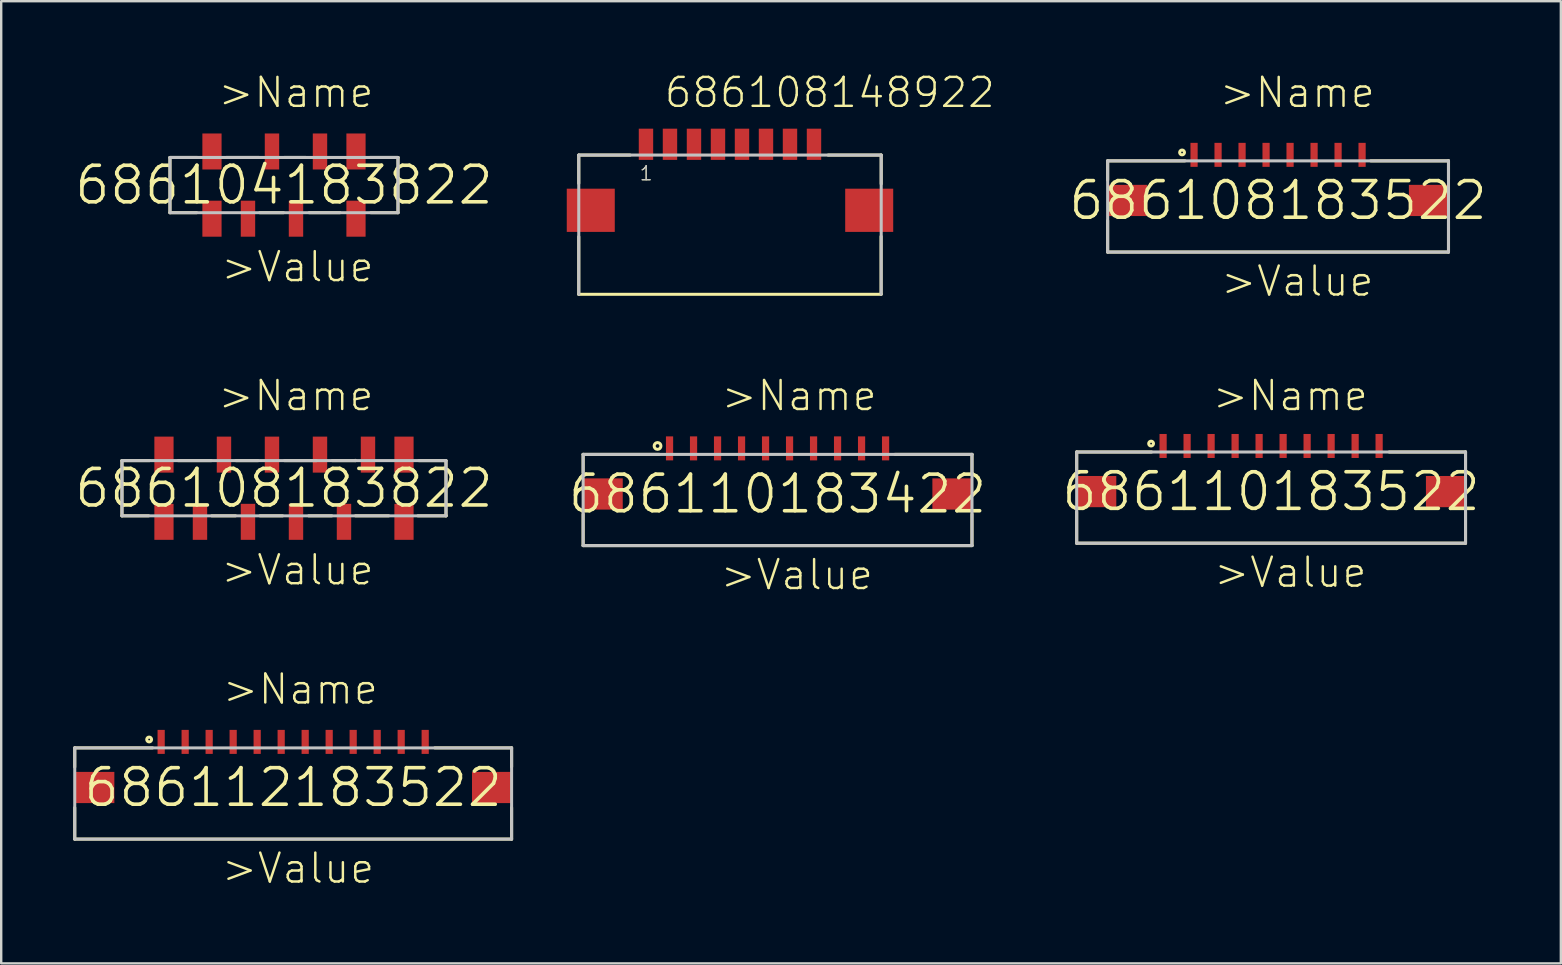
<source format=kicad_pcb>
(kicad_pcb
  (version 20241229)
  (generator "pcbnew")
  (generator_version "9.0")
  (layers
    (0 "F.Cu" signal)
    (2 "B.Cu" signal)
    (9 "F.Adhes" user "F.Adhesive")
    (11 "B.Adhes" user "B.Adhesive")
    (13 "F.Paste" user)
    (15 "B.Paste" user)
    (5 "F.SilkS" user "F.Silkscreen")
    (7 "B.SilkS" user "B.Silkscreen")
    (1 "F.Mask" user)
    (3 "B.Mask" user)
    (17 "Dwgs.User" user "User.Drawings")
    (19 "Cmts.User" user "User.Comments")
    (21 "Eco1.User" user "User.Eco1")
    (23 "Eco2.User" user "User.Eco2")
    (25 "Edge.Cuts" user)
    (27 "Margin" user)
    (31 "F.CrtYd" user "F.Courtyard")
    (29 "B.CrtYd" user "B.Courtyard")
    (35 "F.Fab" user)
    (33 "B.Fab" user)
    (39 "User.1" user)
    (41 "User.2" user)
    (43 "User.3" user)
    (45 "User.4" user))
  (footprint "686112183522"
    (layer "F.Cu")
    (at 9.164 29.758)
    (property "Reference" "686112183522" (at 0 0 0) (layer "F.SilkS") (effects (font (size 1.524 1.524) (thickness 0.15))))
    (attr through_hole)
    (fp_line (start -9.1 -1.65) (end -9.1 -0.85) (stroke (width 0.127) (type solid)) (layer "F.SilkS"))
    (fp_line (start -9.1 0.84) (end -9.1 2.15) (stroke (width 0.127) (type solid)) (layer "F.SilkS"))
    (fp_line (start -9.1 2.15) (end 9.1 2.15) (stroke (width 0.127) (type solid)) (layer "F.SilkS"))
    (fp_line (start -5.86 -1.65) (end -9.1 -1.65) (stroke (width 0.127) (type solid)) (layer "F.SilkS"))
    (fp_line (start 5.9 -1.65) (end 9.1 -1.65) (stroke (width 0.127) (type solid)) (layer "F.SilkS"))
    (fp_line (start 9.1 -1.65) (end 9.1 -0.86) (stroke (width 0.127) (type solid)) (layer "F.SilkS"))
    (fp_line (start 9.1 2.15) (end 9.1 0.84) (stroke (width 0.127) (type solid)) (layer "F.SilkS"))
    (fp_circle (center -6 -2) (end -5.9 -2) (stroke (width 0.127) (type solid)) (fill no) (layer "F.SilkS"))
    (fp_line (start -9.1 -1.65) (end 9.1 -1.65) (stroke (width 0.127) (type solid)) (layer "Dwgs.User"))
    (fp_line (start -9.1 2.15) (end -9.1 -1.65) (stroke (width 0.127) (type solid)) (layer "Dwgs.User"))
    (fp_line (start 9.1 -1.65) (end 9.1 2.15) (stroke (width 0.127) (type solid)) (layer "Dwgs.User"))
    (fp_line (start 9.1 2.15) (end -9.1 2.15) (stroke (width 0.127) (type solid)) (layer "Dwgs.User"))
    (fp_text user ">Value" (at -3.05 4.07 0) (layer "F.SilkS") (effects (font (size 1.206 1.206) (thickness 0.102)) (justify left bottom)))
    (fp_text user ">Name" (at -3.01 -3.39 0) (layer "F.SilkS") (effects (font (size 1.206 1.206) (thickness 0.102)) (justify left bottom)))
    (pad "1" smd rect (at -5.5 -1.9 90) (size 1 0.3) (layers "F.Cu" "F.Mask" "F.Paste"))
    (pad "2" smd rect (at -4.5 -1.9 90) (size 1 0.3) (layers "F.Cu" "F.Mask" "F.Paste"))
    (pad "3" smd rect (at -3.5 -1.9 90) (size 1 0.3) (layers "F.Cu" "F.Mask" "F.Paste"))
    (pad "4" smd rect (at -2.5 -1.9 90) (size 1 0.3) (layers "F.Cu" "F.Mask" "F.Paste"))
    (pad "5" smd rect (at -1.5 -1.9 90) (size 1 0.3) (layers "F.Cu" "F.Mask" "F.Paste"))
    (pad "6" smd rect (at -0.5 -1.9 90) (size 1 0.3) (layers "F.Cu" "F.Mask" "F.Paste"))
    (pad "7" smd rect (at 0.5 -1.9 90) (size 1 0.3) (layers "F.Cu" "F.Mask" "F.Paste"))
    (pad "8" smd rect (at 1.5 -1.9 90) (size 1 0.3) (layers "F.Cu" "F.Mask" "F.Paste"))
    (pad "9" smd rect (at 2.5 -1.9 90) (size 1 0.3) (layers "F.Cu" "F.Mask" "F.Paste"))
    (pad "10" smd rect (at 3.5 -1.9 90) (size 1 0.3) (layers "F.Cu" "F.Mask" "F.Paste"))
    (pad "11" smd rect (at 4.5 -1.9 90) (size 1 0.3) (layers "F.Cu" "F.Mask" "F.Paste"))
    (pad "12" smd rect (at 5.5 -1.9 90) (size 1 0.3) (layers "F.Cu" "F.Mask" "F.Paste"))
    (pad "Z1" smd rect (at -8.275 0) (size 1.65 1.3) (layers "F.Cu" "F.Mask" "F.Paste"))
    (pad "Z2" smd rect (at 8.275 0) (size 1.65 1.3) (layers "F.Cu" "F.Mask" "F.Paste")))
  (footprint "686104183822"
    (layer "F.Cu")
    (at 8.781 4.661)
    (property "Reference" "686104183822" (at 0 0 0) (layer "F.SilkS") (effects (font (size 1.524 1.524) (thickness 0.15))))
    (attr through_hole)
    (fp_line (start -4.75 -1.15) (end -4.75 1.15) (stroke (width 0.127) (type solid)) (layer "F.SilkS"))
    (fp_line (start -4.75 1.15) (end -3.64 1.15) (stroke (width 0.127) (type solid)) (layer "F.SilkS"))
    (fp_line (start -3.6 -1.15) (end -4.75 -1.15) (stroke (width 0.127) (type solid)) (layer "F.SilkS"))
    (fp_line (start -2.41 -1.15) (end -1.03 -1.15) (stroke (width 0.127) (type solid)) (layer "F.SilkS"))
    (fp_line (start -1.01 1.15) (end -0.02 1.15) (stroke (width 0.127) (type solid)) (layer "F.SilkS"))
    (fp_line (start 0 -1.15) (end 0.92 -1.15) (stroke (width 0.127) (type solid)) (layer "F.SilkS"))
    (fp_line (start 1.05 1.15) (end 2.33 1.15) (stroke (width 0.127) (type solid)) (layer "F.SilkS"))
    (fp_line (start 3.58 -1.15) (end 4.75 -1.15) (stroke (width 0.127) (type solid)) (layer "F.SilkS"))
    (fp_line (start 4.75 -1.15) (end 4.75 1.15) (stroke (width 0.127) (type solid)) (layer "F.SilkS"))
    (fp_line (start 4.75 1.15) (end 3.62 1.15) (stroke (width 0.127) (type solid)) (layer "F.SilkS"))
    (fp_line (start -4.75 -1.15) (end 4.75 -1.15) (stroke (width 0.127) (type solid)) (layer "Dwgs.User"))
    (fp_line (start -4.75 1.15) (end -4.75 -1.15) (stroke (width 0.127) (type solid)) (layer "Dwgs.User"))
    (fp_line (start 4.75 -1.15) (end 4.75 1.15) (stroke (width 0.127) (type solid)) (layer "Dwgs.User"))
    (fp_line (start 4.75 1.15) (end -4.75 1.15) (stroke (width 0.127) (type solid)) (layer "Dwgs.User"))
    (fp_text user ">Name" (at -2.81 -3.15 0) (layer "F.SilkS") (effects (font (size 1.206 1.206) (thickness 0.102)) (justify left bottom)))
    (fp_text user ">Value" (at -2.69 4.11 0) (layer "F.SilkS") (effects (font (size 1.206 1.206) (thickness 0.102)) (justify left bottom)))
    (pad "1" smd rect (at -1.5 1.4 90) (size 1.5 0.6) (layers "F.Cu" "F.Mask" "F.Paste"))
    (pad "2" smd rect (at -0.5 -1.4 90) (size 1.5 0.6) (layers "F.Cu" "F.Mask" "F.Paste"))
    (pad "3" smd rect (at 0.5 1.4 90) (size 1.5 0.6) (layers "F.Cu" "F.Mask" "F.Paste"))
    (pad "4" smd rect (at 1.5 -1.4 90) (size 1.5 0.6) (layers "F.Cu" "F.Mask" "F.Paste"))
    (pad "Z1" smd rect (at -3 1.4 90) (size 1.5 0.8) (layers "F.Cu" "F.Mask" "F.Paste"))
    (pad "Z2" smd rect (at 3 1.4 90) (size 1.5 0.8) (layers "F.Cu" "F.Mask" "F.Paste"))
    (pad "Z3" smd rect (at 3 -1.4 90) (size 1.5 0.8) (layers "F.Cu" "F.Mask" "F.Paste"))
    (pad "Z4" smd rect (at -3 -1.4 90) (size 1.5 0.8) (layers "F.Cu" "F.Mask" "F.Paste")))
  (footprint "686110183522"
    (layer "F.Cu")
    (at 49.906 17.43)
    (property "Reference" "686110183522" (at 0 0 0) (layer "F.SilkS") (effects (font (size 1.524 1.524) (thickness 0.15))))
    (attr through_hole)
    (fp_line (start -8.1 -1.65) (end -8.1 -0.85) (stroke (width 0.127) (type solid)) (layer "F.SilkS"))
    (fp_line (start -8.1 0.84) (end -8.1 2.15) (stroke (width 0.127) (type solid)) (layer "F.SilkS"))
    (fp_line (start -8.1 2.15) (end 8.1 2.15) (stroke (width 0.127) (type solid)) (layer "F.SilkS"))
    (fp_line (start -4.98 -1.65) (end -8.1 -1.65) (stroke (width 0.127) (type solid)) (layer "F.SilkS"))
    (fp_line (start 4.92 -1.65) (end 8.1 -1.65) (stroke (width 0.127) (type solid)) (layer "F.SilkS"))
    (fp_line (start 8.1 -1.65) (end 8.1 -0.87) (stroke (width 0.127) (type solid)) (layer "F.SilkS"))
    (fp_line (start 8.1 2.15) (end 8.1 0.84) (stroke (width 0.127) (type solid)) (layer "F.SilkS"))
    (fp_circle (center -5 -2) (end -4.9 -2) (stroke (width 0.127) (type solid)) (fill no) (layer "F.SilkS"))
    (fp_line (start -8.1 -1.65) (end 8.1 -1.65) (stroke (width 0.127) (type solid)) (layer "Dwgs.User"))
    (fp_line (start -8.1 2.15) (end -8.1 -1.65) (stroke (width 0.127) (type solid)) (layer "Dwgs.User"))
    (fp_line (start 8.1 -1.65) (end 8.1 2.15) (stroke (width 0.127) (type solid)) (layer "Dwgs.User"))
    (fp_line (start 8.1 2.15) (end -8.1 2.15) (stroke (width 0.127) (type solid)) (layer "Dwgs.User"))
    (fp_text user ">Value" (at -2.45 4.07 0) (layer "F.SilkS") (effects (font (size 1.206 1.206) (thickness 0.102)) (justify left bottom)))
    (fp_text user ">Name" (at -2.51 -3.29 0) (layer "F.SilkS") (effects (font (size 1.206 1.206) (thickness 0.102)) (justify left bottom)))
    (pad "1" smd rect (at -4.5 -1.9 90) (size 1 0.3) (layers "F.Cu" "F.Mask" "F.Paste"))
    (pad "2" smd rect (at -3.5 -1.9 90) (size 1 0.3) (layers "F.Cu" "F.Mask" "F.Paste"))
    (pad "3" smd rect (at -2.5 -1.9 90) (size 1 0.3) (layers "F.Cu" "F.Mask" "F.Paste"))
    (pad "4" smd rect (at -1.5 -1.9 90) (size 1 0.3) (layers "F.Cu" "F.Mask" "F.Paste"))
    (pad "5" smd rect (at -0.5 -1.9 90) (size 1 0.3) (layers "F.Cu" "F.Mask" "F.Paste"))
    (pad "6" smd rect (at 0.5 -1.9 90) (size 1 0.3) (layers "F.Cu" "F.Mask" "F.Paste"))
    (pad "7" smd rect (at 1.5 -1.9 90) (size 1 0.3) (layers "F.Cu" "F.Mask" "F.Paste"))
    (pad "8" smd rect (at 2.5 -1.9 90) (size 1 0.3) (layers "F.Cu" "F.Mask" "F.Paste"))
    (pad "9" smd rect (at 3.5 -1.9 90) (size 1 0.3) (layers "F.Cu" "F.Mask" "F.Paste"))
    (pad "10" smd rect (at 4.5 -1.9 90) (size 1 0.3) (layers "F.Cu" "F.Mask" "F.Paste"))
    (pad "Z1" smd rect (at -7.275 0) (size 1.65 1.3) (layers "F.Cu" "F.Mask" "F.Paste"))
    (pad "Z2" smd rect (at 7.275 0) (size 1.65 1.3) (layers "F.Cu" "F.Mask" "F.Paste")))
  (footprint "686108183822"
    (layer "F.Cu")
    (at 8.781 17.29)
    (property "Reference" "686108183822" (at 0 0 0) (layer "F.SilkS") (effects (font (size 1.524 1.524) (thickness 0.15))))
    (attr through_hole)
    (fp_line (start -6.75 -1.15) (end -6.75 1.15) (stroke (width 0.127) (type solid)) (layer "F.SilkS"))
    (fp_line (start -6.75 1.15) (end -5.64 1.15) (stroke (width 0.127) (type solid)) (layer "F.SilkS"))
    (fp_line (start -5.6 -1.15) (end -6.75 -1.15) (stroke (width 0.127) (type solid)) (layer "F.SilkS"))
    (fp_line (start -4.41 -1.15) (end -3.03 -1.15) (stroke (width 0.127) (type solid)) (layer "F.SilkS"))
    (fp_line (start -3.01 1.15) (end -2.02 1.15) (stroke (width 0.127) (type solid)) (layer "F.SilkS"))
    (fp_line (start -2 -1.15) (end -1.08 -1.15) (stroke (width 0.127) (type solid)) (layer "F.SilkS"))
    (fp_line (start -1 1.15) (end -0.06 1.15) (stroke (width 0.127) (type solid)) (layer "F.SilkS"))
    (fp_line (start 0.02 -1.15) (end 1.35 -1.15) (stroke (width 0.127) (type solid)) (layer "F.SilkS"))
    (fp_line (start 1.03 1.15) (end 1.99 1.15) (stroke (width 0.127) (type solid)) (layer "F.SilkS"))
    (fp_line (start 2.01 -1.15) (end 2.97 -1.15) (stroke (width 0.127) (type solid)) (layer "F.SilkS"))
    (fp_line (start 2.97 -1.15) (end 2.97 -1.16) (stroke (width 0.127) (type solid)) (layer "F.SilkS"))
    (fp_line (start 2.98 1.15) (end 4.36 1.15) (stroke (width 0.127) (type solid)) (layer "F.SilkS"))
    (fp_line (start 5.58 1.15) (end 6.75 1.15) (stroke (width 0.127) (type solid)) (layer "F.SilkS"))
    (fp_line (start 5.62 -1.15) (end 6.74 -1.15) (stroke (width 0.127) (type solid)) (layer "F.SilkS"))
    (fp_line (start 6.75 -1.15) (end 6.75 1.14) (stroke (width 0.127) (type solid)) (layer "F.SilkS"))
    (fp_line (start 6.75 1.15) (end 6.75 1.14) (stroke (width 0.127) (type solid)) (layer "F.SilkS"))
    (fp_line (start -6.75 -1.15) (end 6.75 -1.15) (stroke (width 0.127) (type solid)) (layer "Dwgs.User"))
    (fp_line (start -6.75 1.15) (end -6.75 -1.15) (stroke (width 0.127) (type solid)) (layer "Dwgs.User"))
    (fp_line (start 6.75 -1.15) (end 6.75 1.15) (stroke (width 0.127) (type solid)) (layer "Dwgs.User"))
    (fp_line (start 6.75 1.15) (end -6.75 1.15) (stroke (width 0.127) (type solid)) (layer "Dwgs.User"))
    (fp_text user ">Value" (at -2.69 4.11 0) (layer "F.SilkS") (effects (font (size 1.206 1.206) (thickness 0.102)) (justify left bottom)))
    (fp_text user ">Name" (at -2.81 -3.15 0) (layer "F.SilkS") (effects (font (size 1.206 1.206) (thickness 0.102)) (justify left bottom)))
    (pad "1" smd rect (at -3.5 1.4 90) (size 1.5 0.6) (layers "F.Cu" "F.Mask" "F.Paste"))
    (pad "2" smd rect (at -2.5 -1.4 90) (size 1.5 0.6) (layers "F.Cu" "F.Mask" "F.Paste"))
    (pad "3" smd rect (at -1.5 1.4 90) (size 1.5 0.6) (layers "F.Cu" "F.Mask" "F.Paste"))
    (pad "4" smd rect (at -0.5 -1.4 90) (size 1.5 0.6) (layers "F.Cu" "F.Mask" "F.Paste"))
    (pad "5" smd rect (at 0.5 1.4 90) (size 1.5 0.6) (layers "F.Cu" "F.Mask" "F.Paste"))
    (pad "6" smd rect (at 1.5 -1.4 90) (size 1.5 0.6) (layers "F.Cu" "F.Mask" "F.Paste"))
    (pad "7" smd rect (at 2.5 1.4 90) (size 1.5 0.6) (layers "F.Cu" "F.Mask" "F.Paste"))
    (pad "8" smd rect (at 3.5 -1.4 90) (size 1.5 0.6) (layers "F.Cu" "F.Mask" "F.Paste"))
    (pad "Z1" smd rect (at -5 1.4 90) (size 1.5 0.8) (layers "F.Cu" "F.Mask" "F.Paste"))
    (pad "Z2" smd rect (at 5 1.4 90) (size 1.5 0.8) (layers "F.Cu" "F.Mask" "F.Paste"))
    (pad "Z3" smd rect (at 5 -1.4 90) (size 1.5 0.8) (layers "F.Cu" "F.Mask" "F.Paste"))
    (pad "Z4" smd rect (at -5 -1.4 90) (size 1.5 0.8) (layers "F.Cu" "F.Mask" "F.Paste")))
  (footprint "686108183522"
    (layer "F.Cu")
    (at 50.196 5.301)
    (property "Reference" "686108183522" (at 0 0 0) (layer "F.SilkS") (effects (font (size 1.524 1.524) (thickness 0.15))))
    (attr through_hole)
    (fp_line (start -7.1 -1.65) (end -7.1 -0.85) (stroke (width 0.127) (type solid)) (layer "F.SilkS"))
    (fp_line (start -7.1 0.84) (end -7.1 2.15) (stroke (width 0.127) (type solid)) (layer "F.SilkS"))
    (fp_line (start -7.1 2.15) (end 7.1 2.15) (stroke (width 0.127) (type solid)) (layer "F.SilkS"))
    (fp_line (start -3.88 -1.65) (end -7.1 -1.65) (stroke (width 0.127) (type solid)) (layer "F.SilkS"))
    (fp_line (start 3.86 -1.65) (end 7.1 -1.65) (stroke (width 0.127) (type solid)) (layer "F.SilkS"))
    (fp_line (start 7.1 -1.65) (end 7.1 -0.88) (stroke (width 0.127) (type solid)) (layer "F.SilkS"))
    (fp_line (start 7.1 2.15) (end 7.1 0.84) (stroke (width 0.127) (type solid)) (layer "F.SilkS"))
    (fp_circle (center -4 -2) (end -3.9 -2) (stroke (width 0.127) (type solid)) (fill no) (layer "F.SilkS"))
    (fp_line (start -7.1 -1.65) (end 7.1 -1.65) (stroke (width 0.127) (type solid)) (layer "Dwgs.User"))
    (fp_line (start -7.1 2.15) (end -7.1 -1.65) (stroke (width 0.127) (type solid)) (layer "Dwgs.User"))
    (fp_line (start 7.1 -1.65) (end 7.1 2.15) (stroke (width 0.127) (type solid)) (layer "Dwgs.User"))
    (fp_line (start 7.1 2.15) (end -7.1 2.15) (stroke (width 0.127) (type solid)) (layer "Dwgs.User"))
    (fp_text user ">Value" (at -2.45 4.07 0) (layer "F.SilkS") (effects (font (size 1.206 1.206) (thickness 0.102)) (justify left bottom)))
    (fp_text user ">Name" (at -2.51 -3.79 0) (layer "F.SilkS") (effects (font (size 1.206 1.206) (thickness 0.102)) (justify left bottom)))
    (pad "1" smd rect (at -3.5 -1.9 90) (size 1 0.3) (layers "F.Cu" "F.Mask" "F.Paste"))
    (pad "2" smd rect (at -2.5 -1.9 90) (size 1 0.3) (layers "F.Cu" "F.Mask" "F.Paste"))
    (pad "3" smd rect (at -1.5 -1.9 90) (size 1 0.3) (layers "F.Cu" "F.Mask" "F.Paste"))
    (pad "4" smd rect (at -0.5 -1.9 90) (size 1 0.3) (layers "F.Cu" "F.Mask" "F.Paste"))
    (pad "5" smd rect (at 0.5 -1.9 90) (size 1 0.3) (layers "F.Cu" "F.Mask" "F.Paste"))
    (pad "6" smd rect (at 1.5 -1.9 90) (size 1 0.3) (layers "F.Cu" "F.Mask" "F.Paste"))
    (pad "7" smd rect (at 2.5 -1.9 90) (size 1 0.3) (layers "F.Cu" "F.Mask" "F.Paste"))
    (pad "8" smd rect (at 3.5 -1.9 90) (size 1 0.3) (layers "F.Cu" "F.Mask" "F.Paste"))
    (pad "Z1" smd rect (at -6.275 0) (size 1.65 1.3) (layers "F.Cu" "F.Mask" "F.Paste"))
    (pad "Z2" smd rect (at 6.275 0) (size 1.65 1.3) (layers "F.Cu" "F.Mask" "F.Paste")))
  (footprint "686108148922"
    (layer "F.Cu")
    (at 27.362 5.711)
    (property "Reference" "686108148922" (at -2.8 -4.2 0) (layer "F.SilkS") (effects (font (size 1.206 1.206) (thickness 0.102)) (justify left bottom)))
    (attr through_hole)
    (fp_line (start -6.3 -2.3) (end -6.3 -1.12) (stroke (width 0.127) (type solid)) (layer "F.SilkS"))
    (fp_line (start -6.3 1.098) (end -6.3 3.501) (stroke (width 0.127) (type solid)) (layer "F.SilkS"))
    (fp_line (start -4.16 -2.3) (end -6.3 -2.3) (stroke (width 0.127) (type solid)) (layer "F.SilkS"))
    (fp_line (start 4.09 -2.3) (end 6.3 -2.3) (stroke (width 0.127) (type solid)) (layer "F.SilkS"))
    (fp_line (start 6.295 1.087) (end 6.295 3.49) (stroke (width 0.127) (type solid)) (layer "F.SilkS"))
    (fp_line (start 6.3 -2.3) (end 6.3 -1.1) (stroke (width 0.127) (type solid)) (layer "F.SilkS"))
    (fp_line (start 6.3 3.5) (end -6.3 3.5) (stroke (width 0.127) (type solid)) (layer "F.SilkS"))
    (fp_line (start -6.3 -2.3) (end 6.3 -2.3) (stroke (width 0.127) (type solid)) (layer "Dwgs.User"))
    (fp_line (start -6.3 3.5) (end -6.3 -2.3) (stroke (width 0.127) (type solid)) (layer "Dwgs.User"))
    (fp_line (start 6.3 -2.3) (end 6.3 3.5) (stroke (width 0.127) (type solid)) (layer "Dwgs.User"))
    (fp_text user "1" (at -3.8 -1.2 0) (layer "F.SilkS") (effects (font (size 0.579 0.579) (thickness 0.049)) (justify left bottom)))
    (fp_text user "1" (at -3.8 -1.2 0) (layer "Dwgs.User") (effects (font (size 0.579 0.579) (thickness 0.049)) (justify left bottom)))
    (pad "1" smd rect (at -3.5 -2.75) (size 0.6 1.3) (layers "F.Cu" "F.Mask" "F.Paste"))
    (pad "2" smd rect (at -2.5 -2.75) (size 0.6 1.3) (layers "F.Cu" "F.Mask" "F.Paste"))
    (pad "3" smd rect (at -1.5 -2.75) (size 0.6 1.3) (layers "F.Cu" "F.Mask" "F.Paste"))
    (pad "4" smd rect (at -0.5 -2.75) (size 0.6 1.3) (layers "F.Cu" "F.Mask" "F.Paste"))
    (pad "5" smd rect (at 0.5 -2.75) (size 0.6 1.3) (layers "F.Cu" "F.Mask" "F.Paste"))
    (pad "6" smd rect (at 1.5 -2.75) (size 0.6 1.3) (layers "F.Cu" "F.Mask" "F.Paste"))
    (pad "7" smd rect (at 2.5 -2.75) (size 0.6 1.3) (layers "F.Cu" "F.Mask" "F.Paste"))
    (pad "8" smd rect (at 3.5 -2.75) (size 0.6 1.3) (layers "F.Cu" "F.Mask" "F.Paste"))
    (pad "Z1" smd rect (at -5.8 0) (size 2 1.8) (layers "F.Cu" "F.Mask" "F.Paste"))
    (pad "Z2" smd rect (at 5.8 0) (size 2 1.8) (layers "F.Cu" "F.Mask" "F.Paste")))
  (footprint "686110183422"
    (layer "F.Cu")
    (at 29.344 17.53)
    (property "Reference" "686110183422" (at 0 0 0) (layer "F.SilkS") (effects (font (size 1.524 1.524) (thickness 0.15))))
    (attr through_hole)
    (fp_line (start -8.1 -1.65) (end -8.1 -0.88) (stroke (width 0.127) (type solid)) (layer "F.SilkS"))
    (fp_line (start -8.1 0.84) (end -8.1 2.15) (stroke (width 0.127) (type solid)) (layer "F.SilkS"))
    (fp_line (start -8.1 2.15) (end 8.1 2.15) (stroke (width 0.127) (type solid)) (layer "F.SilkS"))
    (fp_line (start -4.93 -1.65) (end -8.1 -1.65) (stroke (width 0.127) (type solid)) (layer "F.SilkS"))
    (fp_line (start 4.89 -1.65) (end 8.1 -1.65) (stroke (width 0.127) (type solid)) (layer "F.SilkS"))
    (fp_line (start 8.1 -1.65) (end 8.1 -0.85) (stroke (width 0.127) (type solid)) (layer "F.SilkS"))
    (fp_line (start 8.1 2.15) (end 8.1 0.84) (stroke (width 0.127) (type solid)) (layer "F.SilkS"))
    (fp_circle (center -5 -2) (end -4.859 -2) (stroke (width 0.127) (type solid)) (fill no) (layer "F.SilkS"))
    (fp_line (start -8.1 -1.65) (end 8.1 -1.65) (stroke (width 0.127) (type solid)) (layer "Dwgs.User"))
    (fp_line (start -8.1 2.15) (end -8.1 -1.65) (stroke (width 0.127) (type solid)) (layer "Dwgs.User"))
    (fp_line (start 8.1 -1.65) (end 8.1 2.15) (stroke (width 0.127) (type solid)) (layer "Dwgs.User"))
    (fp_line (start 8.1 2.15) (end -8.1 2.15) (stroke (width 0.127) (type solid)) (layer "Dwgs.User"))
    (fp_text user ">Value" (at -2.45 4.07 0) (layer "F.SilkS") (effects (font (size 1.206 1.206) (thickness 0.102)) (justify left bottom)))
    (fp_text user ">Name" (at -2.41 -3.39 0) (layer "F.SilkS") (effects (font (size 1.206 1.206) (thickness 0.102)) (justify left bottom)))
    (pad "1" smd rect (at -4.5 -1.9 90) (size 1 0.3) (layers "F.Cu" "F.Mask" "F.Paste"))
    (pad "2" smd rect (at -3.5 -1.9 90) (size 1 0.3) (layers "F.Cu" "F.Mask" "F.Paste"))
    (pad "3" smd rect (at -2.5 -1.9 90) (size 1 0.3) (layers "F.Cu" "F.Mask" "F.Paste"))
    (pad "4" smd rect (at -1.5 -1.9 90) (size 1 0.3) (layers "F.Cu" "F.Mask" "F.Paste"))
    (pad "5" smd rect (at -0.5 -1.9 90) (size 1 0.3) (layers "F.Cu" "F.Mask" "F.Paste"))
    (pad "6" smd rect (at 0.5 -1.9 90) (size 1 0.3) (layers "F.Cu" "F.Mask" "F.Paste"))
    (pad "7" smd rect (at 1.5 -1.9 90) (size 1 0.3) (layers "F.Cu" "F.Mask" "F.Paste"))
    (pad "8" smd rect (at 2.5 -1.9 90) (size 1 0.3) (layers "F.Cu" "F.Mask" "F.Paste"))
    (pad "9" smd rect (at 3.5 -1.9 90) (size 1 0.3) (layers "F.Cu" "F.Mask" "F.Paste"))
    (pad "10" smd rect (at 4.5 -1.9 90) (size 1 0.3) (layers "F.Cu" "F.Mask" "F.Paste"))
    (pad "Z1" smd rect (at -7.275 0) (size 1.65 1.3) (layers "F.Cu" "F.Mask" "F.Paste"))
    (pad "Z2" smd rect (at 7.275 0) (size 1.65 1.3) (layers "F.Cu" "F.Mask" "F.Paste")))
  (gr_rect
    (start -3 -3)
    (end 61.977 37.085)
    (stroke (width 0.1) (type default))
    (fill no)
    (layer "Edge.Cuts")))
</source>
